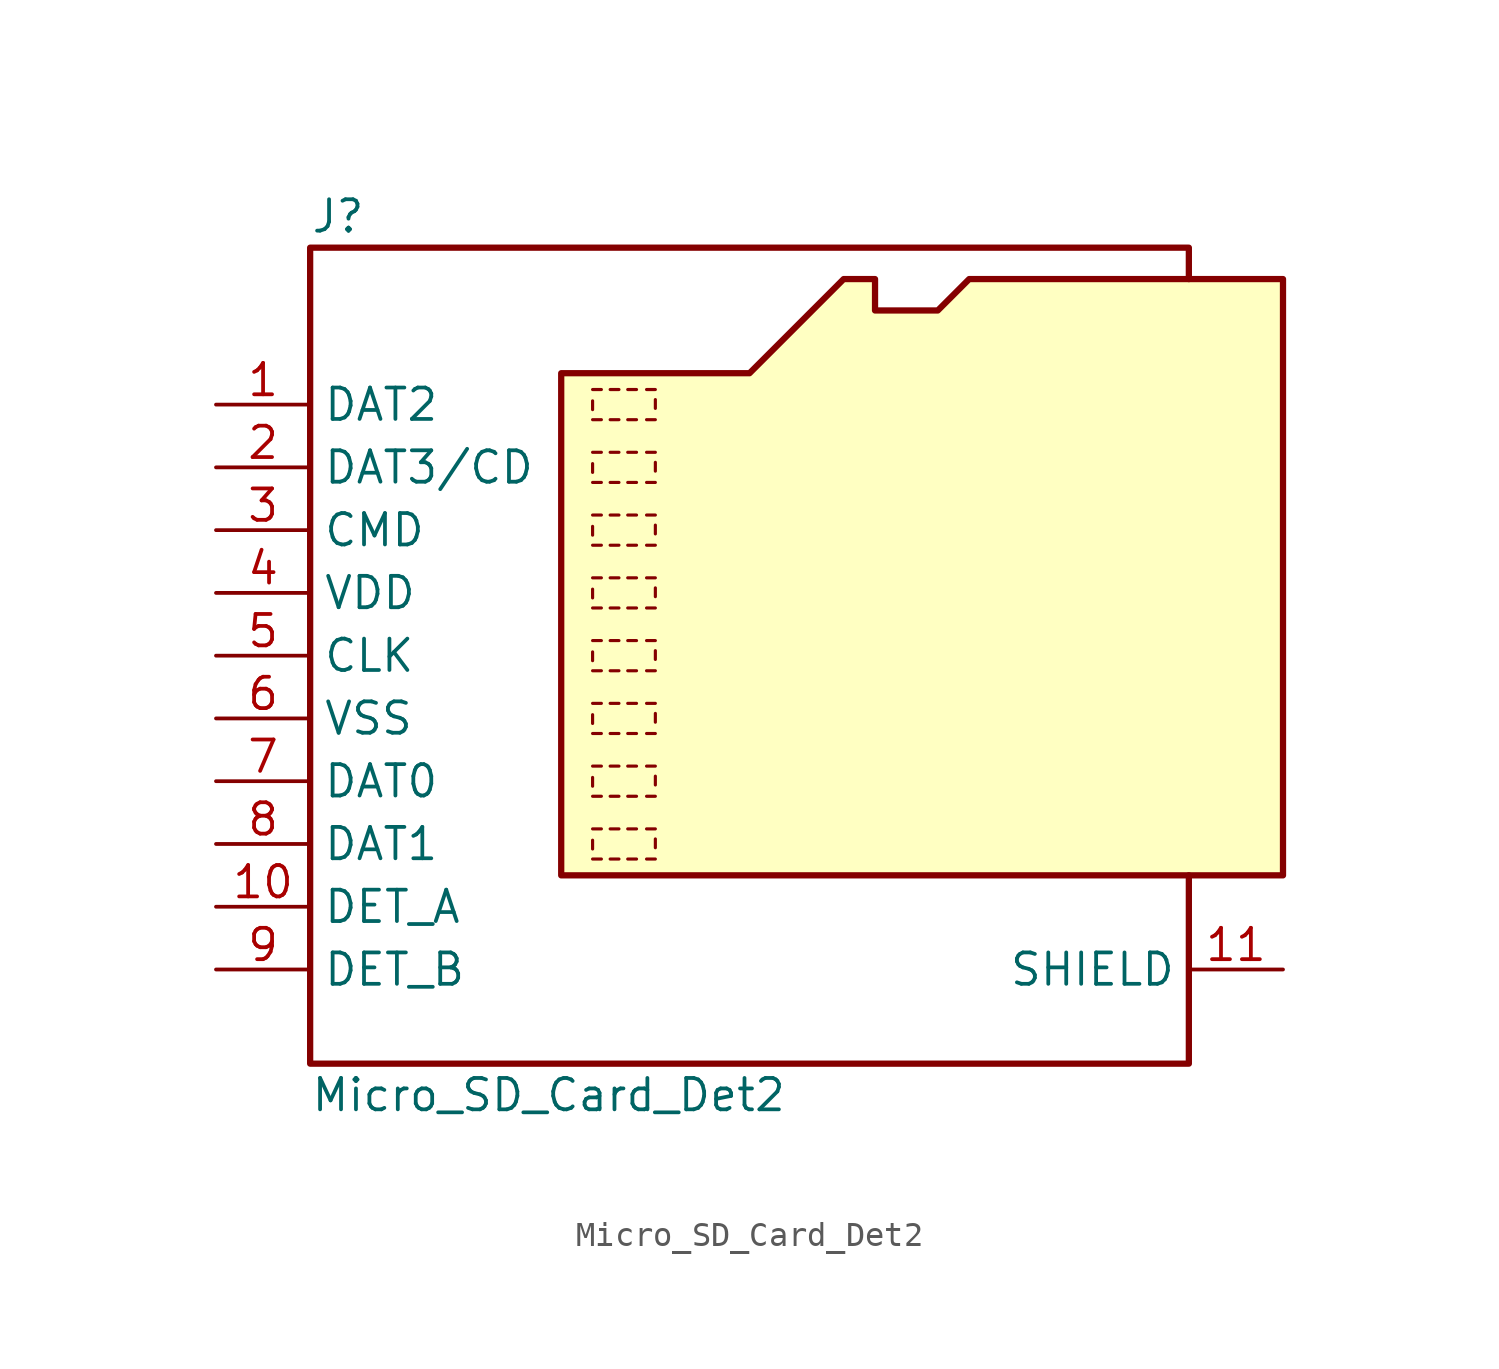
<source format=kicad_sym>
(kicad_symbol_lib
  (version 20220914)
  (generator kicad_symbol_editor)
  (symbol "Micro_SD_Card_Det2"
    (property "Reference" "J"
      (at 0 1.27 0)
      (effects (font (size 1.27 1.27)) (justify left)))
    (property "Value" "Micro_SD_Card_Det2"
      (at 0 -34.29 0)
      (effects (font (size 1.27 1.27)) (justify left)))
    (symbol "Micro_SD_Card_Det2_0_1"
      (polyline (pts (xy 35.56 -1.27) (xy 35.56 0) (xy 0 0) (xy 0 -33.02) (xy 35.56 -33.02) (xy 35.56 -25.4)) (stroke (width 0.254) (type default)) (fill (type none)))
      (polyline (pts (xy 10.16 -25.4) (xy 10.16 -5.08) (xy 17.78 -5.08) (xy 21.59 -1.27) (xy 22.86 -1.27) (xy 22.86 -2.54) (xy 25.4 -2.54) (xy 26.67 -1.27) (xy 39.37 -1.27) (xy 39.37 -25.4) (xy 10.16 -25.4)) (stroke (width 0.254) (type default)) (fill (type background))))
    (symbol "Micro_SD_Card_Det2_1_1"
      (polyline (pts (xy 11.43 -24.74) (xy 11.786 -24.74)) (stroke (width 0.127) (type default)) (fill (type none)))
      (polyline (pts (xy 11.43 -24.333) (xy 11.43 -23.978)) (stroke (width 0.127) (type default)) (fill (type none)))
      (polyline (pts (xy 11.43 -23.52) (xy 11.786 -23.52)) (stroke (width 0.127) (type default)) (fill (type none)))
      (polyline (pts (xy 11.43 -22.2) (xy 11.786 -22.2)) (stroke (width 0.127) (type default)) (fill (type none)))
      (polyline (pts (xy 11.43 -21.793) (xy 11.43 -21.438)) (stroke (width 0.127) (type default)) (fill (type none)))
      (polyline (pts (xy 11.43 -20.98) (xy 11.786 -20.98)) (stroke (width 0.127) (type default)) (fill (type none)))
      (polyline (pts (xy 11.43 -19.66) (xy 11.786 -19.66)) (stroke (width 0.127) (type default)) (fill (type none)))
      (polyline (pts (xy 11.43 -19.253) (xy 11.43 -18.898)) (stroke (width 0.127) (type default)) (fill (type none)))
      (polyline (pts (xy 11.43 -18.44) (xy 11.786 -18.44)) (stroke (width 0.127) (type default)) (fill (type none)))
      (polyline (pts (xy 11.43 -17.12) (xy 11.786 -17.12)) (stroke (width 0.127) (type default)) (fill (type none)))
      (polyline (pts (xy 11.43 -16.713) (xy 11.43 -16.358)) (stroke (width 0.127) (type default)) (fill (type none)))
      (polyline (pts (xy 11.43 -15.9) (xy 11.786 -15.9)) (stroke (width 0.127) (type default)) (fill (type none)))
      (polyline (pts (xy 11.43 -14.58) (xy 11.786 -14.58)) (stroke (width 0.127) (type default)) (fill (type none)))
      (polyline (pts (xy 11.43 -14.173) (xy 11.43 -13.818)) (stroke (width 0.127) (type default)) (fill (type none)))
      (polyline (pts (xy 11.43 -13.36) (xy 11.786 -13.36)) (stroke (width 0.127) (type default)) (fill (type none)))
      (polyline (pts (xy 11.43 -12.04) (xy 11.786 -12.04)) (stroke (width 0.127) (type default)) (fill (type none)))
      (polyline (pts (xy 11.43 -11.633) (xy 11.43 -11.278)) (stroke (width 0.127) (type default)) (fill (type none)))
      (polyline (pts (xy 11.43 -10.82) (xy 11.786 -10.82)) (stroke (width 0.127) (type default)) (fill (type none)))
      (polyline (pts (xy 11.43 -9.5) (xy 11.786 -9.5)) (stroke (width 0.127) (type default)) (fill (type none)))
      (polyline (pts (xy 11.43 -9.093) (xy 11.43 -8.738)) (stroke (width 0.127) (type default)) (fill (type none)))
      (polyline (pts (xy 11.43 -8.28) (xy 11.786 -8.28)) (stroke (width 0.127) (type default)) (fill (type none)))
      (polyline (pts (xy 11.43 -6.96) (xy 11.786 -6.96)) (stroke (width 0.127) (type default)) (fill (type none)))
      (polyline (pts (xy 11.43 -6.553) (xy 11.43 -6.198)) (stroke (width 0.127) (type default)) (fill (type none)))
      (polyline (pts (xy 11.43 -5.74) (xy 11.786 -5.74)) (stroke (width 0.127) (type default)) (fill (type none)))
      (polyline (pts (xy 12.497 -24.74) (xy 12.141 -24.74)) (stroke (width 0.127) (type default)) (fill (type none)))
      (polyline (pts (xy 12.497 -23.52) (xy 12.141 -23.52)) (stroke (width 0.127) (type default)) (fill (type none)))
      (polyline (pts (xy 12.497 -22.2) (xy 12.141 -22.2)) (stroke (width 0.127) (type default)) (fill (type none)))
      (polyline (pts (xy 12.497 -20.98) (xy 12.141 -20.98)) (stroke (width 0.127) (type default)) (fill (type none)))
      (polyline (pts (xy 12.497 -19.66) (xy 12.141 -19.66)) (stroke (width 0.127) (type default)) (fill (type none)))
      (polyline (pts (xy 12.497 -18.44) (xy 12.141 -18.44)) (stroke (width 0.127) (type default)) (fill (type none)))
      (polyline (pts (xy 12.497 -17.12) (xy 12.141 -17.12)) (stroke (width 0.127) (type default)) (fill (type none)))
      (polyline (pts (xy 12.497 -15.9) (xy 12.141 -15.9)) (stroke (width 0.127) (type default)) (fill (type none)))
      (polyline (pts (xy 12.497 -14.58) (xy 12.141 -14.58)) (stroke (width 0.127) (type default)) (fill (type none)))
      (polyline (pts (xy 12.497 -13.36) (xy 12.141 -13.36)) (stroke (width 0.127) (type default)) (fill (type none)))
      (polyline (pts (xy 12.497 -12.04) (xy 12.141 -12.04)) (stroke (width 0.127) (type default)) (fill (type none)))
      (polyline (pts (xy 12.497 -10.82) (xy 12.141 -10.82)) (stroke (width 0.127) (type default)) (fill (type none)))
      (polyline (pts (xy 12.497 -9.5) (xy 12.141 -9.5)) (stroke (width 0.127) (type default)) (fill (type none)))
      (polyline (pts (xy 12.497 -8.28) (xy 12.141 -8.28)) (stroke (width 0.127) (type default)) (fill (type none)))
      (polyline (pts (xy 12.497 -6.96) (xy 12.141 -6.96)) (stroke (width 0.127) (type default)) (fill (type none)))
      (polyline (pts (xy 12.497 -5.74) (xy 12.141 -5.74)) (stroke (width 0.127) (type default)) (fill (type none)))
      (polyline (pts (xy 13.208 -24.74) (xy 12.852 -24.74)) (stroke (width 0.127) (type default)) (fill (type none)))
      (polyline (pts (xy 13.208 -23.52) (xy 12.852 -23.52)) (stroke (width 0.127) (type default)) (fill (type none)))
      (polyline (pts (xy 13.208 -22.2) (xy 12.852 -22.2)) (stroke (width 0.127) (type default)) (fill (type none)))
      (polyline (pts (xy 13.208 -20.98) (xy 12.852 -20.98)) (stroke (width 0.127) (type default)) (fill (type none)))
      (polyline (pts (xy 13.208 -19.66) (xy 12.852 -19.66)) (stroke (width 0.127) (type default)) (fill (type none)))
      (polyline (pts (xy 13.208 -18.44) (xy 12.852 -18.44)) (stroke (width 0.127) (type default)) (fill (type none)))
      (polyline (pts (xy 13.208 -17.12) (xy 12.852 -17.12)) (stroke (width 0.127) (type default)) (fill (type none)))
      (polyline (pts (xy 13.208 -15.9) (xy 12.852 -15.9)) (stroke (width 0.127) (type default)) (fill (type none)))
      (polyline (pts (xy 13.208 -14.58) (xy 12.852 -14.58)) (stroke (width 0.127) (type default)) (fill (type none)))
      (polyline (pts (xy 13.208 -13.36) (xy 12.852 -13.36)) (stroke (width 0.127) (type default)) (fill (type none)))
      (polyline (pts (xy 13.208 -12.04) (xy 12.852 -12.04)) (stroke (width 0.127) (type default)) (fill (type none)))
      (polyline (pts (xy 13.208 -10.82) (xy 12.852 -10.82)) (stroke (width 0.127) (type default)) (fill (type none)))
      (polyline (pts (xy 13.208 -9.5) (xy 12.852 -9.5)) (stroke (width 0.127) (type default)) (fill (type none)))
      (polyline (pts (xy 13.208 -8.28) (xy 12.852 -8.28)) (stroke (width 0.127) (type default)) (fill (type none)))
      (polyline (pts (xy 13.208 -6.96) (xy 12.852 -6.96)) (stroke (width 0.127) (type default)) (fill (type none)))
      (polyline (pts (xy 13.208 -5.74) (xy 12.852 -5.74)) (stroke (width 0.127) (type default)) (fill (type none)))
      (polyline (pts (xy 13.97 -24.74) (xy 13.614 -24.74)) (stroke (width 0.127) (type default)) (fill (type none)))
      (polyline (pts (xy 13.97 -24.282) (xy 13.97 -23.927)) (stroke (width 0.127) (type default)) (fill (type none)))
      (polyline (pts (xy 13.97 -23.52) (xy 13.614 -23.52)) (stroke (width 0.127) (type default)) (fill (type none)))
      (polyline (pts (xy 13.97 -22.2) (xy 13.614 -22.2)) (stroke (width 0.127) (type default)) (fill (type none)))
      (polyline (pts (xy 13.97 -21.742) (xy 13.97 -21.387)) (stroke (width 0.127) (type default)) (fill (type none)))
      (polyline (pts (xy 13.97 -20.98) (xy 13.614 -20.98)) (stroke (width 0.127) (type default)) (fill (type none)))
      (polyline (pts (xy 13.97 -19.66) (xy 13.614 -19.66)) (stroke (width 0.127) (type default)) (fill (type none)))
      (polyline (pts (xy 13.97 -19.202) (xy 13.97 -18.847)) (stroke (width 0.127) (type default)) (fill (type none)))
      (polyline (pts (xy 13.97 -18.44) (xy 13.614 -18.44)) (stroke (width 0.127) (type default)) (fill (type none)))
      (polyline (pts (xy 13.97 -17.12) (xy 13.614 -17.12)) (stroke (width 0.127) (type default)) (fill (type none)))
      (polyline (pts (xy 13.97 -16.662) (xy 13.97 -16.307)) (stroke (width 0.127) (type default)) (fill (type none)))
      (polyline (pts (xy 13.97 -15.9) (xy 13.614 -15.9)) (stroke (width 0.127) (type default)) (fill (type none)))
      (polyline (pts (xy 13.97 -14.58) (xy 13.614 -14.58)) (stroke (width 0.127) (type default)) (fill (type none)))
      (polyline (pts (xy 13.97 -14.122) (xy 13.97 -13.767)) (stroke (width 0.127) (type default)) (fill (type none)))
      (polyline (pts (xy 13.97 -13.36) (xy 13.614 -13.36)) (stroke (width 0.127) (type default)) (fill (type none)))
      (polyline (pts (xy 13.97 -12.04) (xy 13.614 -12.04)) (stroke (width 0.127) (type default)) (fill (type none)))
      (polyline (pts (xy 13.97 -11.582) (xy 13.97 -11.227)) (stroke (width 0.127) (type default)) (fill (type none)))
      (polyline (pts (xy 13.97 -10.82) (xy 13.614 -10.82)) (stroke (width 0.127) (type default)) (fill (type none)))
      (polyline (pts (xy 13.97 -9.5) (xy 13.614 -9.5)) (stroke (width 0.127) (type default)) (fill (type none)))
      (polyline (pts (xy 13.97 -9.042) (xy 13.97 -8.687)) (stroke (width 0.127) (type default)) (fill (type none)))
      (polyline (pts (xy 13.97 -8.28) (xy 13.614 -8.28)) (stroke (width 0.127) (type default)) (fill (type none)))
      (polyline (pts (xy 13.97 -6.96) (xy 13.614 -6.96)) (stroke (width 0.127) (type default)) (fill (type none)))
      (polyline (pts (xy 13.97 -6.502) (xy 13.97 -6.147)) (stroke (width 0.127) (type default)) (fill (type none)))
      (polyline (pts (xy 13.97 -5.74) (xy 13.614 -5.74)) (stroke (width 0.127) (type default)) (fill (type none)))
      (pin bidirectional line (at -3.81 -6.35 0) (length 3.81) (name "DAT2" (effects (font (size 1.27 1.27)))) (number "1" (effects (font (size 1.27 1.27)))))
      (pin passive line (at -3.81 -26.67 0) (length 3.81) (name "DET_A" (effects (font (size 1.27 1.27)))) (number "10" (effects (font (size 1.27 1.27)))))
      (pin passive line (at 39.37 -29.21 180) (length 3.81) (name "SHIELD" (effects (font (size 1.27 1.27)))) (number "11" (effects (font (size 1.27 1.27)))))
      (pin bidirectional line (at -3.81 -8.89 0) (length 3.81) (name "DAT3/CD" (effects (font (size 1.27 1.27)))) (number "2" (effects (font (size 1.27 1.27)))))
      (pin input line (at -3.81 -11.43 0) (length 3.81) (name "CMD" (effects (font (size 1.27 1.27)))) (number "3" (effects (font (size 1.27 1.27)))))
      (pin power_in line (at -3.81 -13.97 0) (length 3.81) (name "VDD" (effects (font (size 1.27 1.27)))) (number "4" (effects (font (size 1.27 1.27)))))
      (pin input line (at -3.81 -16.51 0) (length 3.81) (name "CLK" (effects (font (size 1.27 1.27)))) (number "5" (effects (font (size 1.27 1.27)))))
      (pin power_in line (at -3.81 -19.05 0) (length 3.81) (name "VSS" (effects (font (size 1.27 1.27)))) (number "6" (effects (font (size 1.27 1.27)))))
      (pin bidirectional line (at -3.81 -21.59 0) (length 3.81) (name "DAT0" (effects (font (size 1.27 1.27)))) (number "7" (effects (font (size 1.27 1.27)))))
      (pin bidirectional line (at -3.81 -24.13 0) (length 3.81) (name "DAT1" (effects (font (size 1.27 1.27)))) (number "8" (effects (font (size 1.27 1.27)))))
      (pin passive line (at -3.81 -29.21 0) (length 3.81) (name "DET_B" (effects (font (size 1.27 1.27)))) (number "9" (effects (font (size 1.27 1.27))))))))
</source>
